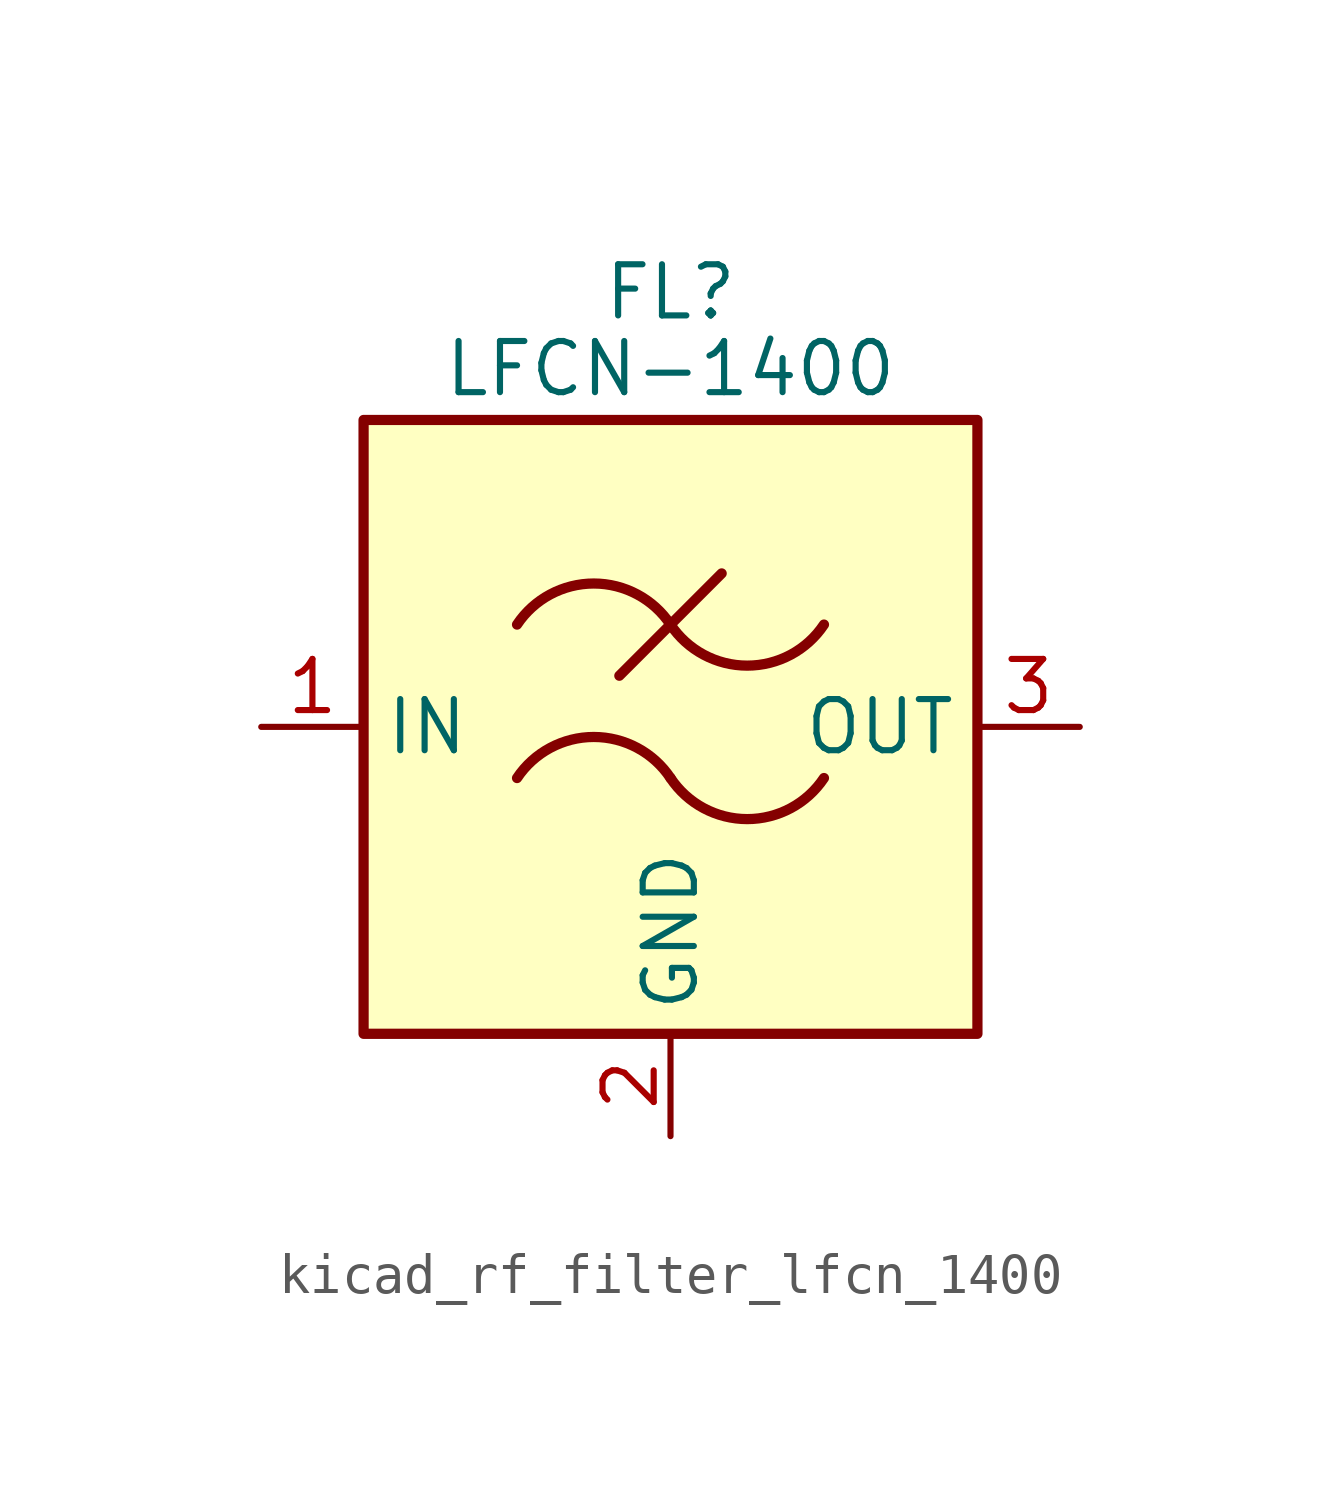
<source format=kicad_sym>
(kicad_symbol_lib
  (version 20220914)
  (generator kicad_symbol_editor)
  (symbol "kicad_rf_filter_lfcn_1400"
    (property "Reference" "FL"
      (at 0 10.795 0)
      (effects (font (size 1.27 1.27))))
    (property "Value" "LFCN-1400"
      (at 0 8.89 0)
      (effects (font (size 1.27 1.27))))
    (symbol "kicad_rf_filter_lfcn_1400_0_1"
      (rectangle (start -7.62 7.62) (end 7.62 -7.62) (stroke (width 0.254) (type default)) (fill (type background)))
      (arc (start 0 -1.27) (mid -1.905 -0.2505) (end -3.81 -1.27) (stroke (width 0.254) (type default)) (fill (type none)))
      (arc (start 0 -1.27) (mid 1.905 -2.2895) (end 3.81 -1.27) (stroke (width 0.254) (type default)) (fill (type none)))
      (polyline (pts (xy -1.27 1.27) (xy 1.27 3.81)) (stroke (width 0.254) (type default)) (fill (type none)))
      (arc (start 0 2.54) (mid -1.905 3.5595) (end -3.81 2.54) (stroke (width 0.254) (type default)) (fill (type none)))
      (arc (start 0 2.54) (mid 1.905 1.5205) (end 3.81 2.54) (stroke (width 0.254) (type default)) (fill (type none))))
    (symbol "kicad_rf_filter_lfcn_1400_1_1"
      (pin passive line (at -10.16 0 0) (length 2.54) (name "IN" (effects (font (size 1.27 1.27)))) (number "1" (effects (font (size 1.27 1.27)))))
      (pin passive line (at 0 -10.16 90) (length 2.54) (name "GND" (effects (font (size 1.27 1.27)))) (number "2" (effects (font (size 1.27 1.27)))))
      (pin passive line (at 10.16 0 180) (length 2.54) (name "OUT" (effects (font (size 1.27 1.27)))) (number "3" (effects (font (size 1.27 1.27)))))
      (pin passive line (at 0 -10.16 90) (length 2.54) hide (name "GND" (effects (font (size 1.27 1.27)))) (number "4" (effects (font (size 1.27 1.27))))))))
</source>
